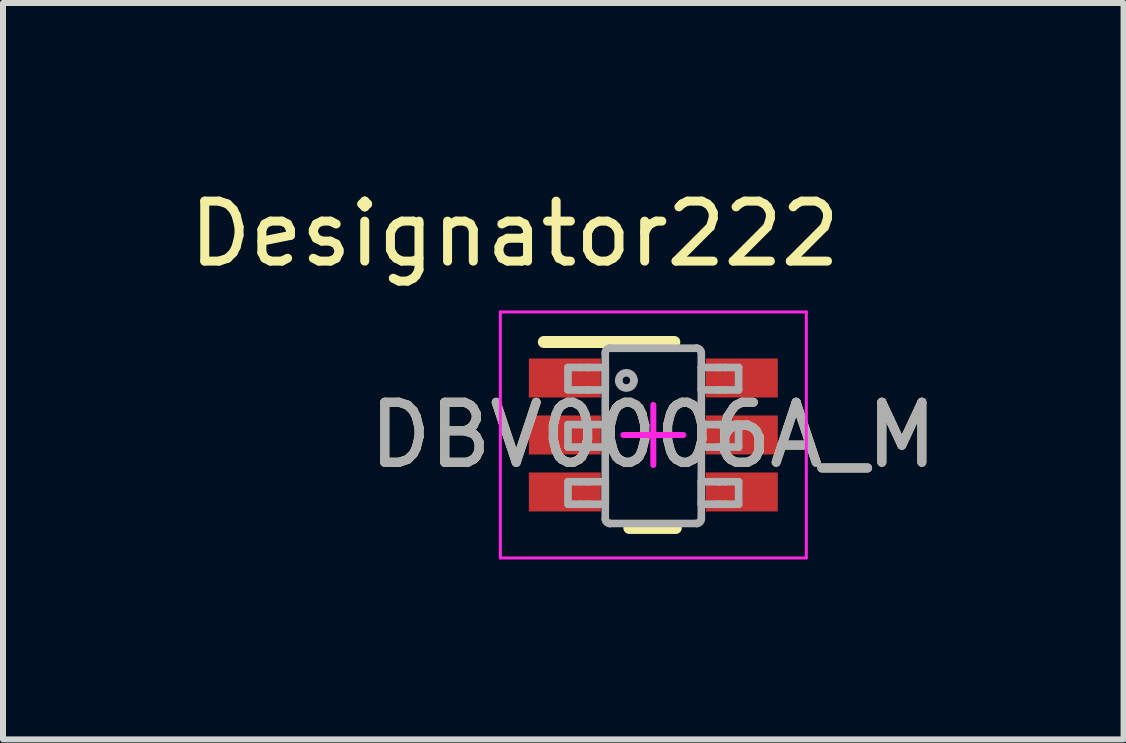
<source format=kicad_pcb>
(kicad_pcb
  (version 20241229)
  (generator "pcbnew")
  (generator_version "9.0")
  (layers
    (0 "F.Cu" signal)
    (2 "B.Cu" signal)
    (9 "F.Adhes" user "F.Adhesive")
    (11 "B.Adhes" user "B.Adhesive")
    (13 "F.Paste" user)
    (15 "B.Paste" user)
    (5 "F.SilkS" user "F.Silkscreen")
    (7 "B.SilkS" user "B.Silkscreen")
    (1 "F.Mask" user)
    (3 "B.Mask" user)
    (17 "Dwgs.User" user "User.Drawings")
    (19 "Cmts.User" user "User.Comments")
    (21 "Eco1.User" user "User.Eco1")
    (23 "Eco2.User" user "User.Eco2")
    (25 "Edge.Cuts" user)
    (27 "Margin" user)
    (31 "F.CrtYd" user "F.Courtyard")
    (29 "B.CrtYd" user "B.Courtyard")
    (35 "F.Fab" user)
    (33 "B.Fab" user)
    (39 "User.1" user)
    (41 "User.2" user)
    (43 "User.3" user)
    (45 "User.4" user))
  (footprint "DBV0006A_M"
    (layer "F.Cu")
    (at 7.841 4.201)
    (property "Reference" "DBV0006A_M" (at 0 0 0) (unlocked yes) (layer "F.SilkS") (effects (font (size 1 1) (thickness 0.15))))
    (attr smd)
    (fp_line (start -1.825 -1.55) (end 0.35 -1.55) (stroke (width 0.2) (type solid)) (layer "F.SilkS"))
    (fp_line (start -0.4 1.55) (end 0.375 1.55) (stroke (width 0.2) (type solid)) (layer "F.SilkS"))
    (fp_line (start -2.55 -2.05) (end 2.55 -2.05) (stroke (width 0.05) (type solid)) (layer "F.CrtYd"))
    (fp_line (start -2.55 2.05) (end -2.55 -2.05) (stroke (width 0.05) (type solid)) (layer "F.CrtYd"))
    (fp_line (start -2.55 2.05) (end 2.55 2.05) (stroke (width 0.05) (type solid)) (layer "F.CrtYd"))
    (fp_line (start -0.5 0) (end 0.5 0) (stroke (width 0.1) (type solid)) (layer "F.CrtYd"))
    (fp_line (start 0 0.5) (end 0 -0.5) (stroke (width 0.1) (type solid)) (layer "F.CrtYd"))
    (fp_line (start 2.55 2.05) (end 2.55 -2.05) (stroke (width 0.05) (type solid)) (layer "F.CrtYd"))
    (fp_line (start -1.423 -1.125) (end -1.206 -1.125) (stroke (width 0.127) (type solid)) (layer "F.Fab"))
    (fp_line (start -1.423 -0.751) (end -1.423 -1.125) (stroke (width 0.127) (type solid)) (layer "F.Fab"))
    (fp_line (start -1.423 -0.751) (end -1.206 -0.751) (stroke (width 0.127) (type solid)) (layer "F.Fab"))
    (fp_line (start -1.423 -0.173) (end -1.206 -0.173) (stroke (width 0.127) (type solid)) (layer "F.Fab"))
    (fp_line (start -1.423 0.202) (end -1.423 -0.173) (stroke (width 0.127) (type solid)) (layer "F.Fab"))
    (fp_line (start -1.423 0.202) (end -1.206 0.202) (stroke (width 0.127) (type solid)) (layer "F.Fab"))
    (fp_line (start -1.423 0.78) (end -1.206 0.78) (stroke (width 0.127) (type solid)) (layer "F.Fab"))
    (fp_line (start -1.423 1.154) (end -1.423 0.78) (stroke (width 0.127) (type solid)) (layer "F.Fab"))
    (fp_line (start -1.423 1.154) (end -1.206 1.154) (stroke (width 0.127) (type solid)) (layer "F.Fab"))
    (fp_line (start -1.206 -1.125) (end -1.113 -1.125) (stroke (width 0.127) (type solid)) (layer "F.Fab"))
    (fp_line (start -1.206 -0.751) (end -1.113 -0.751) (stroke (width 0.127) (type solid)) (layer "F.Fab"))
    (fp_line (start -1.206 -0.173) (end -1.113 -0.173) (stroke (width 0.127) (type solid)) (layer "F.Fab"))
    (fp_line (start -1.206 0.202) (end -1.113 0.202) (stroke (width 0.127) (type solid)) (layer "F.Fab"))
    (fp_line (start -1.206 0.78) (end -1.113 0.78) (stroke (width 0.127) (type solid)) (layer "F.Fab"))
    (fp_line (start -1.206 1.154) (end -1.113 1.154) (stroke (width 0.127) (type solid)) (layer "F.Fab"))
    (fp_line (start -1.113 -1.125) (end -1.081 -1.125) (stroke (width 0.127) (type solid)) (layer "F.Fab"))
    (fp_line (start -1.113 -0.751) (end -1.081 -0.751) (stroke (width 0.127) (type solid)) (layer "F.Fab"))
    (fp_line (start -1.113 -0.173) (end -1.081 -0.173) (stroke (width 0.127) (type solid)) (layer "F.Fab"))
    (fp_line (start -1.113 0.202) (end -1.081 0.202) (stroke (width 0.127) (type solid)) (layer "F.Fab"))
    (fp_line (start -1.113 0.78) (end -1.081 0.78) (stroke (width 0.127) (type solid)) (layer "F.Fab"))
    (fp_line (start -1.113 1.154) (end -1.081 1.154) (stroke (width 0.127) (type solid)) (layer "F.Fab"))
    (fp_line (start -1.081 -1.125) (end -0.828 -1.125) (stroke (width 0.127) (type solid)) (layer "F.Fab"))
    (fp_line (start -1.081 -0.751) (end -0.828 -0.751) (stroke (width 0.127) (type solid)) (layer "F.Fab"))
    (fp_line (start -1.081 -0.173) (end -0.828 -0.173) (stroke (width 0.127) (type solid)) (layer "F.Fab"))
    (fp_line (start -1.081 0.202) (end -0.828 0.202) (stroke (width 0.127) (type solid)) (layer "F.Fab"))
    (fp_line (start -1.081 0.78) (end -0.828 0.78) (stroke (width 0.127) (type solid)) (layer "F.Fab"))
    (fp_line (start -1.081 1.154) (end -0.828 1.154) (stroke (width 0.127) (type solid)) (layer "F.Fab"))
    (fp_line (start -0.828 -1.125) (end -0.801 -1.125) (stroke (width 0.127) (type solid)) (layer "F.Fab"))
    (fp_line (start -0.828 -0.751) (end -0.801 -0.751) (stroke (width 0.127) (type solid)) (layer "F.Fab"))
    (fp_line (start -0.828 -0.173) (end -0.801 -0.173) (stroke (width 0.127) (type solid)) (layer "F.Fab"))
    (fp_line (start -0.828 0.202) (end -0.801 0.202) (stroke (width 0.127) (type solid)) (layer "F.Fab"))
    (fp_line (start -0.828 0.78) (end -0.801 0.78) (stroke (width 0.127) (type solid)) (layer "F.Fab"))
    (fp_line (start -0.828 1.154) (end -0.801 1.154) (stroke (width 0.127) (type solid)) (layer "F.Fab"))
    (fp_line (start -0.801 -0.751) (end -0.801 -1.125) (stroke (width 0.127) (type solid)) (layer "F.Fab"))
    (fp_line (start -0.801 0.202) (end -0.801 -0.173) (stroke (width 0.127) (type solid)) (layer "F.Fab"))
    (fp_line (start -0.801 1.154) (end -0.801 0.78) (stroke (width 0.127) (type solid)) (layer "F.Fab"))
    (fp_line (start -0.801 1.399) (end -0.801 -1.37) (stroke (width 0.127) (type solid)) (layer "F.Fab"))
    (fp_line (start -0.725 -1.446) (end -0.724 -1.446) (stroke (width 0.127) (type solid)) (layer "F.Fab"))
    (fp_line (start -0.725 1.475) (end -0.724 1.475) (stroke (width 0.127) (type solid)) (layer "F.Fab"))
    (fp_line (start -0.724 -1.446) (end 0.723 -1.446) (stroke (width 0.127) (type solid)) (layer "F.Fab"))
    (fp_line (start -0.724 1.475) (end 0.723 1.475) (stroke (width 0.127) (type solid)) (layer "F.Fab"))
    (fp_line (start 0.723 -1.446) (end 0.724 -1.446) (stroke (width 0.127) (type solid)) (layer "F.Fab"))
    (fp_line (start 0.723 1.475) (end 0.724 1.475) (stroke (width 0.127) (type solid)) (layer "F.Fab"))
    (fp_line (start 0.8 -1.125) (end 0.827 -1.125) (stroke (width 0.127) (type solid)) (layer "F.Fab"))
    (fp_line (start 0.8 -0.751) (end 0.8 -1.125) (stroke (width 0.127) (type solid)) (layer "F.Fab"))
    (fp_line (start 0.8 -0.751) (end 0.827 -0.751) (stroke (width 0.127) (type solid)) (layer "F.Fab"))
    (fp_line (start 0.8 -0.173) (end 0.827 -0.173) (stroke (width 0.127) (type solid)) (layer "F.Fab"))
    (fp_line (start 0.8 0.202) (end 0.8 -0.173) (stroke (width 0.127) (type solid)) (layer "F.Fab"))
    (fp_line (start 0.8 0.202) (end 0.827 0.202) (stroke (width 0.127) (type solid)) (layer "F.Fab"))
    (fp_line (start 0.8 0.78) (end 0.827 0.78) (stroke (width 0.127) (type solid)) (layer "F.Fab"))
    (fp_line (start 0.8 1.154) (end 0.8 0.78) (stroke (width 0.127) (type solid)) (layer "F.Fab"))
    (fp_line (start 0.8 1.154) (end 0.827 1.154) (stroke (width 0.127) (type solid)) (layer "F.Fab"))
    (fp_line (start 0.8 1.399) (end 0.8 -1.37) (stroke (width 0.127) (type solid)) (layer "F.Fab"))
    (fp_line (start 0.827 -1.125) (end 1.08 -1.125) (stroke (width 0.127) (type solid)) (layer "F.Fab"))
    (fp_line (start 0.827 -0.751) (end 1.08 -0.751) (stroke (width 0.127) (type solid)) (layer "F.Fab"))
    (fp_line (start 0.827 -0.173) (end 1.08 -0.173) (stroke (width 0.127) (type solid)) (layer "F.Fab"))
    (fp_line (start 0.827 0.202) (end 1.08 0.202) (stroke (width 0.127) (type solid)) (layer "F.Fab"))
    (fp_line (start 0.827 0.78) (end 1.08 0.78) (stroke (width 0.127) (type solid)) (layer "F.Fab"))
    (fp_line (start 0.827 1.154) (end 1.08 1.154) (stroke (width 0.127) (type solid)) (layer "F.Fab"))
    (fp_line (start 1.08 -1.125) (end 1.112 -1.125) (stroke (width 0.127) (type solid)) (layer "F.Fab"))
    (fp_line (start 1.08 -0.751) (end 1.112 -0.751) (stroke (width 0.127) (type solid)) (layer "F.Fab"))
    (fp_line (start 1.08 -0.173) (end 1.112 -0.173) (stroke (width 0.127) (type solid)) (layer "F.Fab"))
    (fp_line (start 1.08 0.202) (end 1.112 0.202) (stroke (width 0.127) (type solid)) (layer "F.Fab"))
    (fp_line (start 1.08 0.78) (end 1.112 0.78) (stroke (width 0.127) (type solid)) (layer "F.Fab"))
    (fp_line (start 1.08 1.154) (end 1.112 1.154) (stroke (width 0.127) (type solid)) (layer "F.Fab"))
    (fp_line (start 1.112 -1.125) (end 1.205 -1.125) (stroke (width 0.127) (type solid)) (layer "F.Fab"))
    (fp_line (start 1.112 -0.751) (end 1.205 -0.751) (stroke (width 0.127) (type solid)) (layer "F.Fab"))
    (fp_line (start 1.112 -0.173) (end 1.205 -0.173) (stroke (width 0.127) (type solid)) (layer "F.Fab"))
    (fp_line (start 1.112 0.202) (end 1.205 0.202) (stroke (width 0.127) (type solid)) (layer "F.Fab"))
    (fp_line (start 1.112 0.78) (end 1.205 0.78) (stroke (width 0.127) (type solid)) (layer "F.Fab"))
    (fp_line (start 1.112 1.154) (end 1.205 1.154) (stroke (width 0.127) (type solid)) (layer "F.Fab"))
    (fp_line (start 1.205 -1.125) (end 1.422 -1.125) (stroke (width 0.127) (type solid)) (layer "F.Fab"))
    (fp_line (start 1.205 -0.751) (end 1.422 -0.751) (stroke (width 0.127) (type solid)) (layer "F.Fab"))
    (fp_line (start 1.205 -0.173) (end 1.422 -0.173) (stroke (width 0.127) (type solid)) (layer "F.Fab"))
    (fp_line (start 1.205 0.202) (end 1.422 0.202) (stroke (width 0.127) (type solid)) (layer "F.Fab"))
    (fp_line (start 1.205 0.78) (end 1.422 0.78) (stroke (width 0.127) (type solid)) (layer "F.Fab"))
    (fp_line (start 1.205 1.154) (end 1.422 1.154) (stroke (width 0.127) (type solid)) (layer "F.Fab"))
    (fp_line (start 1.422 -0.751) (end 1.422 -1.125) (stroke (width 0.127) (type solid)) (layer "F.Fab"))
    (fp_line (start 1.422 0.202) (end 1.422 -0.173) (stroke (width 0.127) (type solid)) (layer "F.Fab"))
    (fp_line (start 1.422 1.154) (end 1.422 0.78) (stroke (width 0.127) (type solid)) (layer "F.Fab"))
    (fp_arc (start -0.800692 -1.369901) (mid -0.778512 -1.423533) (end -0.724999 -1.446) (stroke (width 0.127) (type solid)) (layer "F.Fab"))
    (fp_arc (start -0.724999 1.475002) (mid -0.778507 1.452548) (end -0.800692 1.398928) (stroke (width 0.127) (type solid)) (layer "F.Fab"))
    (fp_arc (start -0.576537 -0.906071) (mid -0.449562 -1.033046) (end -0.322588 -0.906071) (stroke (width 0.127) (type solid)) (layer "F.Fab"))
    (fp_arc (start -0.322588 -0.906071) (mid -0.449562 -0.779097) (end -0.576537 -0.906071) (stroke (width 0.127) (type solid)) (layer "F.Fab"))
    (fp_arc (start 0.723841 -1.446) (mid 0.777341 -1.423528) (end 0.799508 -1.369901) (stroke (width 0.127) (type solid)) (layer "F.Fab"))
    (fp_arc (start 0.799508 1.398928) (mid 0.777336 1.452543) (end 0.723841 1.475002) (stroke (width 0.127) (type solid)) (layer "F.Fab"))
    (fp_text user "Designator222" (at -2.311 -3.353 0) (unlocked yes) (layer "F.SilkS") (effects (font (size 1 1) (thickness 0.15))))
    (fp_text user "${REFERENCE}" (at 0 0 0) (unlocked yes) (layer "F.Fab") (effects (font (size 1 1) (thickness 0.15))))
    (pad "1" smd rect (at -1.475 -0.95 90) (size 0.65 1.2) (layers "F.Cu" "F.Mask" "F.Paste"))
    (pad "2" smd rect (at -1.475 0 90) (size 0.65 1.2) (layers "F.Cu" "F.Mask" "F.Paste"))
    (pad "3" smd rect (at -1.475 0.95 90) (size 0.65 1.2) (layers "F.Cu" "F.Mask" "F.Paste"))
    (pad "4" smd rect (at 1.475 0.95 90) (size 0.65 1.2) (layers "F.Cu" "F.Mask" "F.Paste"))
    (pad "5" smd rect (at 1.475 0 90) (size 0.65 1.2) (layers "F.Cu" "F.Mask" "F.Paste"))
    (pad "6" smd rect (at 1.475 -0.95 90) (size 0.65 1.2) (layers "F.Cu" "F.Mask" "F.Paste")))
  (gr_rect
    (start -3 -3)
    (end 15.68 9.276)
    (stroke (width 0.1) (type default))
    (fill no)
    (layer "Edge.Cuts")))
</source>
